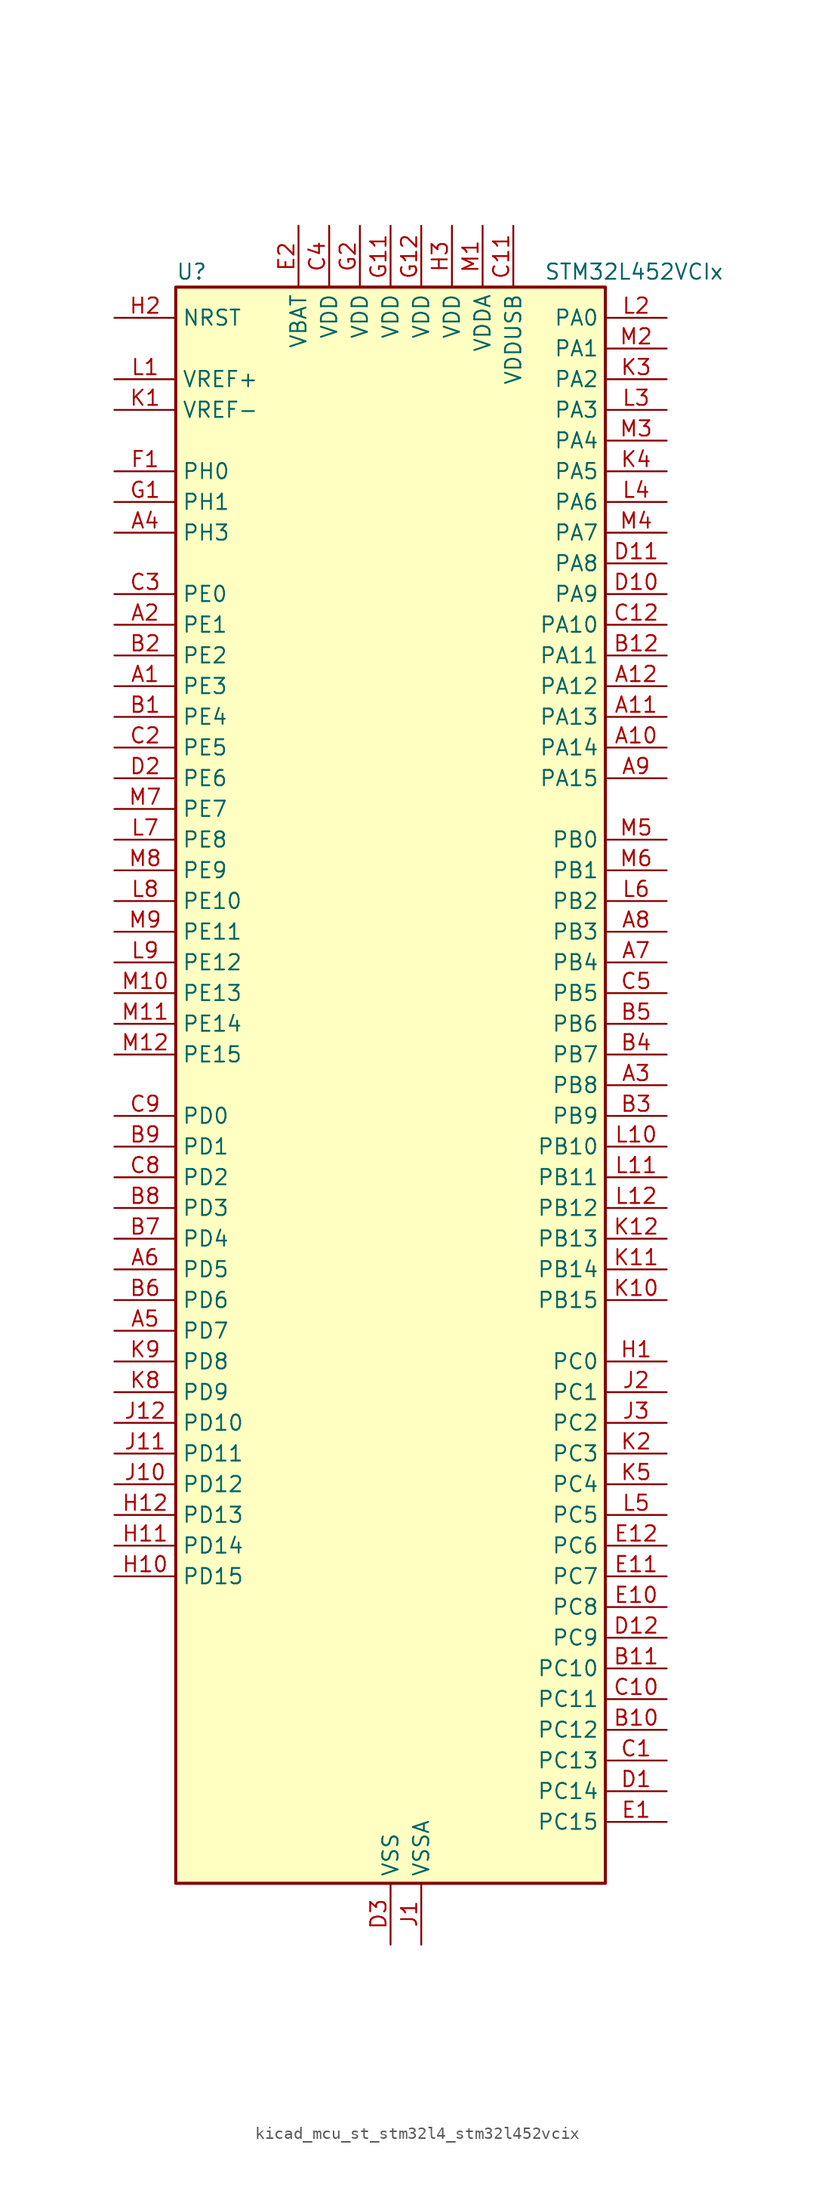
<source format=kicad_sym>
(kicad_symbol_lib
  (version 20220914)
  (generator kicad_symbol_editor)
  (symbol "kicad_mcu_st_stm32l4_stm32l452vcix"
    (property "Reference" "U"
      (at -17.78 67.31 0)
      (effects (font (size 1.27 1.27)) (justify left)))
    (property "Value" "STM32L452VCIx"
      (at 12.7 67.31 0)
      (effects (font (size 1.27 1.27)) (justify left)))
    (property "ki_locked" ""
      (at 0 0 0)
      (effects (font (size 1.27 1.27))))
    (symbol "kicad_mcu_st_stm32l4_stm32l452vcix_0_1"
      (rectangle (start -17.78 -66.04) (end 17.78 66.04) (stroke (width 0.254) (type default)) (fill (type background))))
    (symbol "kicad_mcu_st_stm32l4_stm32l452vcix_1_1"
      (pin bidirectional line (at -22.86 33.02 0) (length 5.08) (name "PE3" (effects (font (size 1.27 1.27)))) (number "A1" (effects (font (size 1.27 1.27)))) (alternate "SAI1_SD_B" bidirectional line) (alternate "SYS_TRACED0" bidirectional line) (alternate "TIM3_CH1" bidirectional line) (alternate "TSC_G7_IO2" bidirectional line))
      (pin bidirectional line (at 22.86 27.94 180) (length 5.08) (name "PA14" (effects (font (size 1.27 1.27)))) (number "A10" (effects (font (size 1.27 1.27)))) (alternate "I2C1_SMBA" bidirectional line) (alternate "I2C4_SMBA" bidirectional line) (alternate "LPTIM1_OUT" bidirectional line) (alternate "SAI1_FS_B" bidirectional line) (alternate "SYS_JTCK-SWCLK" bidirectional line))
      (pin bidirectional line (at 22.86 30.48 180) (length 5.08) (name "PA13" (effects (font (size 1.27 1.27)))) (number "A11" (effects (font (size 1.27 1.27)))) (alternate "IR_OUT" bidirectional line) (alternate "SAI1_SD_B" bidirectional line) (alternate "SYS_JTMS-SWDIO" bidirectional line) (alternate "USB_NOE" bidirectional line))
      (pin bidirectional line (at 22.86 33.02 180) (length 5.08) (name "PA12" (effects (font (size 1.27 1.27)))) (number "A12" (effects (font (size 1.27 1.27)))) (alternate "CAN1_TX" bidirectional line) (alternate "SPI1_MOSI" bidirectional line) (alternate "TIM1_ETR" bidirectional line) (alternate "USART1_DE" bidirectional line) (alternate "USART1_RTS" bidirectional line) (alternate "USB_DP" bidirectional line))
      (pin bidirectional line (at -22.86 38.1 0) (length 5.08) (name "PE1" (effects (font (size 1.27 1.27)))) (number "A2" (effects (font (size 1.27 1.27)))))
      (pin bidirectional line (at 22.86 0 180) (length 5.08) (name "PB8" (effects (font (size 1.27 1.27)))) (number "A3" (effects (font (size 1.27 1.27)))) (alternate "CAN1_RX" bidirectional line) (alternate "I2C1_SCL" bidirectional line) (alternate "SAI1_MCLK_A" bidirectional line) (alternate "SDMMC1_D4" bidirectional line) (alternate "TIM16_CH1" bidirectional line))
      (pin bidirectional line (at -22.86 45.72 0) (length 5.08) (name "PH3" (effects (font (size 1.27 1.27)))) (number "A4" (effects (font (size 1.27 1.27)))))
      (pin bidirectional line (at -22.86 -20.32 0) (length 5.08) (name "PD7" (effects (font (size 1.27 1.27)))) (number "A5" (effects (font (size 1.27 1.27)))) (alternate "DFSDM1_CKIN1" bidirectional line) (alternate "QUADSPI_BK2_IO3" bidirectional line) (alternate "USART2_CK" bidirectional line))
      (pin bidirectional line (at -22.86 -15.24 0) (length 5.08) (name "PD5" (effects (font (size 1.27 1.27)))) (number "A6" (effects (font (size 1.27 1.27)))) (alternate "QUADSPI_BK2_IO1" bidirectional line) (alternate "USART2_TX" bidirectional line))
      (pin bidirectional line (at 22.86 10.16 180) (length 5.08) (name "PB4" (effects (font (size 1.27 1.27)))) (number "A7" (effects (font (size 1.27 1.27)))) (alternate "COMP2_INP" bidirectional line) (alternate "I2C3_SDA" bidirectional line) (alternate "SAI1_MCLK_B" bidirectional line) (alternate "SPI1_MISO" bidirectional line) (alternate "SPI3_MISO" bidirectional line) (alternate "SYS_JTRST" bidirectional line) (alternate "TIM3_CH1" bidirectional line) (alternate "TSC_G2_IO1" bidirectional line) (alternate "USART1_CTS" bidirectional line))
      (pin bidirectional line (at 22.86 12.7 180) (length 5.08) (name "PB3" (effects (font (size 1.27 1.27)))) (number "A8" (effects (font (size 1.27 1.27)))) (alternate "COMP2_INM" bidirectional line) (alternate "SAI1_SCK_B" bidirectional line) (alternate "SPI1_SCK" bidirectional line) (alternate "SPI3_SCK" bidirectional line) (alternate "SYS_JTDO-SWO" bidirectional line) (alternate "TIM2_CH2" bidirectional line) (alternate "USART1_DE" bidirectional line) (alternate "USART1_RTS" bidirectional line))
      (pin bidirectional line (at 22.86 25.4 180) (length 5.08) (name "PA15" (effects (font (size 1.27 1.27)))) (number "A9" (effects (font (size 1.27 1.27)))) (alternate "ADC1_EXTI15" bidirectional line) (alternate "SPI1_NSS" bidirectional line) (alternate "SPI3_NSS" bidirectional line) (alternate "SYS_JTDI" bidirectional line) (alternate "TIM2_CH1" bidirectional line) (alternate "TIM2_ETR" bidirectional line) (alternate "TSC_G3_IO1" bidirectional line) (alternate "UART4_DE" bidirectional line) (alternate "UART4_RTS" bidirectional line) (alternate "USART2_RX" bidirectional line) (alternate "USART3_DE" bidirectional line) (alternate "USART3_RTS" bidirectional line))
      (pin bidirectional line (at -22.86 30.48 0) (length 5.08) (name "PE4" (effects (font (size 1.27 1.27)))) (number "B1" (effects (font (size 1.27 1.27)))) (alternate "DFSDM1_DATIN3" bidirectional line) (alternate "SAI1_FS_A" bidirectional line) (alternate "SYS_TRACED1" bidirectional line) (alternate "TIM3_CH2" bidirectional line) (alternate "TSC_G7_IO3" bidirectional line))
      (pin bidirectional line (at 22.86 -53.34 180) (length 5.08) (name "PC12" (effects (font (size 1.27 1.27)))) (number "B10" (effects (font (size 1.27 1.27)))) (alternate "SDMMC1_CK" bidirectional line) (alternate "SPI3_MOSI" bidirectional line) (alternate "SYS_TRACED3" bidirectional line) (alternate "TSC_G3_IO4" bidirectional line) (alternate "USART3_CK" bidirectional line))
      (pin bidirectional line (at 22.86 -48.26 180) (length 5.08) (name "PC10" (effects (font (size 1.27 1.27)))) (number "B11" (effects (font (size 1.27 1.27)))) (alternate "SDMMC1_D2" bidirectional line) (alternate "SPI3_SCK" bidirectional line) (alternate "SYS_TRACED1" bidirectional line) (alternate "TSC_G3_IO2" bidirectional line) (alternate "UART4_TX" bidirectional line) (alternate "USART3_TX" bidirectional line))
      (pin bidirectional line (at 22.86 35.56 180) (length 5.08) (name "PA11" (effects (font (size 1.27 1.27)))) (number "B12" (effects (font (size 1.27 1.27)))) (alternate "ADC1_EXTI11" bidirectional line) (alternate "CAN1_RX" bidirectional line) (alternate "COMP1_OUT" bidirectional line) (alternate "SPI1_MISO" bidirectional line) (alternate "TIM1_BKIN2" bidirectional line) (alternate "TIM1_BKIN2_COMP1" bidirectional line) (alternate "TIM1_CH4" bidirectional line) (alternate "USART1_CTS" bidirectional line) (alternate "USB_DM" bidirectional line))
      (pin bidirectional line (at -22.86 35.56 0) (length 5.08) (name "PE2" (effects (font (size 1.27 1.27)))) (number "B2" (effects (font (size 1.27 1.27)))) (alternate "SAI1_MCLK_A" bidirectional line) (alternate "SYS_TRACECLK" bidirectional line) (alternate "TIM3_ETR" bidirectional line) (alternate "TSC_G7_IO1" bidirectional line))
      (pin bidirectional line (at 22.86 -2.54 180) (length 5.08) (name "PB9" (effects (font (size 1.27 1.27)))) (number "B3" (effects (font (size 1.27 1.27)))) (alternate "CAN1_TX" bidirectional line) (alternate "DAC1_EXTI9" bidirectional line) (alternate "I2C1_SDA" bidirectional line) (alternate "IR_OUT" bidirectional line) (alternate "SAI1_FS_A" bidirectional line) (alternate "SDMMC1_D5" bidirectional line) (alternate "SPI2_NSS" bidirectional line))
      (pin bidirectional line (at 22.86 2.54 180) (length 5.08) (name "PB7" (effects (font (size 1.27 1.27)))) (number "B4" (effects (font (size 1.27 1.27)))) (alternate "COMP2_INM" bidirectional line) (alternate "I2C1_SDA" bidirectional line) (alternate "I2C4_SDA" bidirectional line) (alternate "LPTIM1_IN2" bidirectional line) (alternate "SYS_PVD_IN" bidirectional line) (alternate "TSC_G2_IO4" bidirectional line) (alternate "UART4_CTS" bidirectional line) (alternate "USART1_RX" bidirectional line))
      (pin bidirectional line (at 22.86 5.08 180) (length 5.08) (name "PB6" (effects (font (size 1.27 1.27)))) (number "B5" (effects (font (size 1.27 1.27)))) (alternate "CAN1_TX" bidirectional line) (alternate "COMP2_INP" bidirectional line) (alternate "I2C1_SCL" bidirectional line) (alternate "I2C4_SCL" bidirectional line) (alternate "LPTIM1_ETR" bidirectional line) (alternate "SAI1_FS_B" bidirectional line) (alternate "TIM16_CH1N" bidirectional line) (alternate "TSC_G2_IO3" bidirectional line) (alternate "USART1_TX" bidirectional line))
      (pin bidirectional line (at -22.86 -17.78 0) (length 5.08) (name "PD6" (effects (font (size 1.27 1.27)))) (number "B6" (effects (font (size 1.27 1.27)))) (alternate "DFSDM1_DATIN1" bidirectional line) (alternate "QUADSPI_BK2_IO2" bidirectional line) (alternate "SAI1_SD_A" bidirectional line) (alternate "USART2_RX" bidirectional line))
      (pin bidirectional line (at -22.86 -12.7 0) (length 5.08) (name "PD4" (effects (font (size 1.27 1.27)))) (number "B7" (effects (font (size 1.27 1.27)))) (alternate "DFSDM1_CKIN0" bidirectional line) (alternate "QUADSPI_BK2_IO0" bidirectional line) (alternate "SPI2_MOSI" bidirectional line) (alternate "USART2_DE" bidirectional line) (alternate "USART2_RTS" bidirectional line))
      (pin bidirectional line (at -22.86 -10.16 0) (length 5.08) (name "PD3" (effects (font (size 1.27 1.27)))) (number "B8" (effects (font (size 1.27 1.27)))) (alternate "DFSDM1_DATIN0" bidirectional line) (alternate "QUADSPI_BK2_NCS" bidirectional line) (alternate "SPI2_MISO" bidirectional line) (alternate "USART2_CTS" bidirectional line))
      (pin bidirectional line (at -22.86 -5.08 0) (length 5.08) (name "PD1" (effects (font (size 1.27 1.27)))) (number "B9" (effects (font (size 1.27 1.27)))) (alternate "CAN1_TX" bidirectional line) (alternate "SPI2_SCK" bidirectional line))
      (pin bidirectional line (at 22.86 -55.88 180) (length 5.08) (name "PC13" (effects (font (size 1.27 1.27)))) (number "C1" (effects (font (size 1.27 1.27)))) (alternate "RTC_OUT_ALARM" bidirectional line) (alternate "RTC_OUT_CALIB" bidirectional line) (alternate "RTC_TAMP1" bidirectional line) (alternate "RTC_TS" bidirectional line) (alternate "SYS_WKUP2" bidirectional line))
      (pin bidirectional line (at 22.86 -50.8 180) (length 5.08) (name "PC11" (effects (font (size 1.27 1.27)))) (number "C10" (effects (font (size 1.27 1.27)))) (alternate "ADC1_EXTI11" bidirectional line) (alternate "SDMMC1_D3" bidirectional line) (alternate "SPI3_MISO" bidirectional line) (alternate "TSC_G3_IO3" bidirectional line) (alternate "UART4_RX" bidirectional line) (alternate "USART3_RX" bidirectional line))
      (pin power_in line (at 10.16 71.12 270) (length 5.08) (name "VDDUSB" (effects (font (size 1.27 1.27)))) (number "C11" (effects (font (size 1.27 1.27)))))
      (pin bidirectional line (at 22.86 38.1 180) (length 5.08) (name "PA10" (effects (font (size 1.27 1.27)))) (number "C12" (effects (font (size 1.27 1.27)))) (alternate "CRS_SYNC" bidirectional line) (alternate "I2C1_SDA" bidirectional line) (alternate "SAI1_SD_A" bidirectional line) (alternate "TIM1_CH3" bidirectional line) (alternate "USART1_RX" bidirectional line))
      (pin bidirectional line (at -22.86 27.94 0) (length 5.08) (name "PE5" (effects (font (size 1.27 1.27)))) (number "C2" (effects (font (size 1.27 1.27)))) (alternate "DFSDM1_CKIN3" bidirectional line) (alternate "SAI1_SCK_A" bidirectional line) (alternate "SYS_TRACED2" bidirectional line) (alternate "TIM3_CH3" bidirectional line) (alternate "TSC_G7_IO4" bidirectional line))
      (pin bidirectional line (at -22.86 40.64 0) (length 5.08) (name "PE0" (effects (font (size 1.27 1.27)))) (number "C3" (effects (font (size 1.27 1.27)))) (alternate "TIM16_CH1" bidirectional line))
      (pin power_in line (at -5.08 71.12 270) (length 5.08) (name "VDD" (effects (font (size 1.27 1.27)))) (number "C4" (effects (font (size 1.27 1.27)))))
      (pin bidirectional line (at 22.86 7.62 180) (length 5.08) (name "PB5" (effects (font (size 1.27 1.27)))) (number "C5" (effects (font (size 1.27 1.27)))) (alternate "CAN1_RX" bidirectional line) (alternate "COMP2_OUT" bidirectional line) (alternate "I2C1_SMBA" bidirectional line) (alternate "LPTIM1_IN1" bidirectional line) (alternate "SAI1_SD_B" bidirectional line) (alternate "SPI1_MOSI" bidirectional line) (alternate "SPI3_MOSI" bidirectional line) (alternate "TIM16_BKIN" bidirectional line) (alternate "TIM3_CH2" bidirectional line) (alternate "TSC_G2_IO2" bidirectional line) (alternate "USART1_CK" bidirectional line))
      (pin bidirectional line (at -22.86 -7.62 0) (length 5.08) (name "PD2" (effects (font (size 1.27 1.27)))) (number "C8" (effects (font (size 1.27 1.27)))) (alternate "SDMMC1_CMD" bidirectional line) (alternate "SYS_TRACED2" bidirectional line) (alternate "TIM3_ETR" bidirectional line) (alternate "TSC_SYNC" bidirectional line) (alternate "USART3_DE" bidirectional line) (alternate "USART3_RTS" bidirectional line))
      (pin bidirectional line (at -22.86 -2.54 0) (length 5.08) (name "PD0" (effects (font (size 1.27 1.27)))) (number "C9" (effects (font (size 1.27 1.27)))) (alternate "CAN1_RX" bidirectional line) (alternate "SPI2_NSS" bidirectional line))
      (pin bidirectional line (at 22.86 -58.42 180) (length 5.08) (name "PC14" (effects (font (size 1.27 1.27)))) (number "D1" (effects (font (size 1.27 1.27)))) (alternate "RCC_OSC32_IN" bidirectional line))
      (pin bidirectional line (at 22.86 40.64 180) (length 5.08) (name "PA9" (effects (font (size 1.27 1.27)))) (number "D10" (effects (font (size 1.27 1.27)))) (alternate "DAC1_EXTI9" bidirectional line) (alternate "DFSDM1_DATIN1" bidirectional line) (alternate "I2C1_SCL" bidirectional line) (alternate "SAI1_FS_A" bidirectional line) (alternate "TIM15_BKIN" bidirectional line) (alternate "TIM1_CH2" bidirectional line) (alternate "USART1_TX" bidirectional line))
      (pin bidirectional line (at 22.86 43.18 180) (length 5.08) (name "PA8" (effects (font (size 1.27 1.27)))) (number "D11" (effects (font (size 1.27 1.27)))) (alternate "DFSDM1_CKIN1" bidirectional line) (alternate "LPTIM2_OUT" bidirectional line) (alternate "RCC_MCO" bidirectional line) (alternate "SAI1_SCK_A" bidirectional line) (alternate "TIM1_CH1" bidirectional line) (alternate "USART1_CK" bidirectional line))
      (pin bidirectional line (at 22.86 -45.72 180) (length 5.08) (name "PC9" (effects (font (size 1.27 1.27)))) (number "D12" (effects (font (size 1.27 1.27)))) (alternate "DAC1_EXTI9" bidirectional line) (alternate "SDMMC1_D1" bidirectional line) (alternate "TIM3_CH4" bidirectional line) (alternate "TSC_G4_IO4" bidirectional line) (alternate "USB_NOE" bidirectional line))
      (pin bidirectional line (at -22.86 25.4 0) (length 5.08) (name "PE6" (effects (font (size 1.27 1.27)))) (number "D2" (effects (font (size 1.27 1.27)))) (alternate "RTC_TAMP3" bidirectional line) (alternate "SAI1_SD_A" bidirectional line) (alternate "SYS_TRACED3" bidirectional line) (alternate "SYS_WKUP3" bidirectional line) (alternate "TIM3_CH4" bidirectional line))
      (pin power_in line (at 0 -71.12 90) (length 5.08) (name "VSS" (effects (font (size 1.27 1.27)))) (number "D3" (effects (font (size 1.27 1.27)))))
      (pin bidirectional line (at 22.86 -60.96 180) (length 5.08) (name "PC15" (effects (font (size 1.27 1.27)))) (number "E1" (effects (font (size 1.27 1.27)))) (alternate "ADC1_EXTI15" bidirectional line) (alternate "RCC_OSC32_OUT" bidirectional line))
      (pin bidirectional line (at 22.86 -43.18 180) (length 5.08) (name "PC8" (effects (font (size 1.27 1.27)))) (number "E10" (effects (font (size 1.27 1.27)))) (alternate "SDMMC1_D0" bidirectional line) (alternate "TIM3_CH3" bidirectional line) (alternate "TSC_G4_IO3" bidirectional line))
      (pin bidirectional line (at 22.86 -40.64 180) (length 5.08) (name "PC7" (effects (font (size 1.27 1.27)))) (number "E11" (effects (font (size 1.27 1.27)))) (alternate "DFSDM1_DATIN3" bidirectional line) (alternate "SDMMC1_D7" bidirectional line) (alternate "TIM3_CH2" bidirectional line) (alternate "TSC_G4_IO2" bidirectional line))
      (pin bidirectional line (at 22.86 -38.1 180) (length 5.08) (name "PC6" (effects (font (size 1.27 1.27)))) (number "E12" (effects (font (size 1.27 1.27)))) (alternate "DFSDM1_CKIN3" bidirectional line) (alternate "SDMMC1_D6" bidirectional line) (alternate "TIM3_CH1" bidirectional line) (alternate "TSC_G4_IO1" bidirectional line))
      (pin power_in line (at -7.62 71.12 270) (length 5.08) (name "VBAT" (effects (font (size 1.27 1.27)))) (number "E2" (effects (font (size 1.27 1.27)))))
      (pin passive line (at 0 -71.12 90) (length 5.08) hide (name "VSS" (effects (font (size 1.27 1.27)))) (number "E3" (effects (font (size 1.27 1.27)))))
      (pin bidirectional line (at -22.86 50.8 0) (length 5.08) (name "PH0" (effects (font (size 1.27 1.27)))) (number "F1" (effects (font (size 1.27 1.27)))) (alternate "RCC_OSC_IN" bidirectional line))
      (pin passive line (at 0 -71.12 90) (length 5.08) hide (name "VSS" (effects (font (size 1.27 1.27)))) (number "F11" (effects (font (size 1.27 1.27)))))
      (pin passive line (at 0 -71.12 90) (length 5.08) hide (name "VSS" (effects (font (size 1.27 1.27)))) (number "F12" (effects (font (size 1.27 1.27)))))
      (pin passive line (at 0 -71.12 90) (length 5.08) hide (name "VSS" (effects (font (size 1.27 1.27)))) (number "F2" (effects (font (size 1.27 1.27)))))
      (pin bidirectional line (at -22.86 48.26 0) (length 5.08) (name "PH1" (effects (font (size 1.27 1.27)))) (number "G1" (effects (font (size 1.27 1.27)))) (alternate "RCC_OSC_OUT" bidirectional line))
      (pin power_in line (at 0 71.12 270) (length 5.08) (name "VDD" (effects (font (size 1.27 1.27)))) (number "G11" (effects (font (size 1.27 1.27)))))
      (pin power_in line (at 2.54 71.12 270) (length 5.08) (name "VDD" (effects (font (size 1.27 1.27)))) (number "G12" (effects (font (size 1.27 1.27)))))
      (pin power_in line (at -2.54 71.12 270) (length 5.08) (name "VDD" (effects (font (size 1.27 1.27)))) (number "G2" (effects (font (size 1.27 1.27)))))
      (pin bidirectional line (at 22.86 -22.86 180) (length 5.08) (name "PC0" (effects (font (size 1.27 1.27)))) (number "H1" (effects (font (size 1.27 1.27)))) (alternate "ADC1_IN1" bidirectional line) (alternate "I2C3_SCL" bidirectional line) (alternate "I2C4_SCL" bidirectional line) (alternate "LPTIM1_IN1" bidirectional line) (alternate "LPTIM2_IN1" bidirectional line) (alternate "LPUART1_RX" bidirectional line))
      (pin bidirectional line (at -22.86 -40.64 0) (length 5.08) (name "PD15" (effects (font (size 1.27 1.27)))) (number "H10" (effects (font (size 1.27 1.27)))) (alternate "ADC1_EXTI15" bidirectional line))
      (pin bidirectional line (at -22.86 -38.1 0) (length 5.08) (name "PD14" (effects (font (size 1.27 1.27)))) (number "H11" (effects (font (size 1.27 1.27)))))
      (pin bidirectional line (at -22.86 -35.56 0) (length 5.08) (name "PD13" (effects (font (size 1.27 1.27)))) (number "H12" (effects (font (size 1.27 1.27)))) (alternate "I2C4_SDA" bidirectional line) (alternate "LPTIM2_OUT" bidirectional line) (alternate "TSC_G6_IO4" bidirectional line))
      (pin input line (at -22.86 63.5 0) (length 5.08) (name "NRST" (effects (font (size 1.27 1.27)))) (number "H2" (effects (font (size 1.27 1.27)))))
      (pin power_in line (at 5.08 71.12 270) (length 5.08) (name "VDD" (effects (font (size 1.27 1.27)))) (number "H3" (effects (font (size 1.27 1.27)))))
      (pin power_in line (at 2.54 -71.12 90) (length 5.08) (name "VSSA" (effects (font (size 1.27 1.27)))) (number "J1" (effects (font (size 1.27 1.27)))))
      (pin bidirectional line (at -22.86 -33.02 0) (length 5.08) (name "PD12" (effects (font (size 1.27 1.27)))) (number "J10" (effects (font (size 1.27 1.27)))) (alternate "I2C4_SCL" bidirectional line) (alternate "LPTIM2_IN1" bidirectional line) (alternate "TSC_G6_IO3" bidirectional line) (alternate "USART3_DE" bidirectional line) (alternate "USART3_RTS" bidirectional line))
      (pin bidirectional line (at -22.86 -30.48 0) (length 5.08) (name "PD11" (effects (font (size 1.27 1.27)))) (number "J11" (effects (font (size 1.27 1.27)))) (alternate "ADC1_EXTI11" bidirectional line) (alternate "I2C4_SMBA" bidirectional line) (alternate "LPTIM2_ETR" bidirectional line) (alternate "TSC_G6_IO2" bidirectional line) (alternate "USART3_CTS" bidirectional line))
      (pin bidirectional line (at -22.86 -27.94 0) (length 5.08) (name "PD10" (effects (font (size 1.27 1.27)))) (number "J12" (effects (font (size 1.27 1.27)))) (alternate "TSC_G6_IO1" bidirectional line) (alternate "USART3_CK" bidirectional line))
      (pin bidirectional line (at 22.86 -25.4 180) (length 5.08) (name "PC1" (effects (font (size 1.27 1.27)))) (number "J2" (effects (font (size 1.27 1.27)))) (alternate "ADC1_IN2" bidirectional line) (alternate "I2C3_SDA" bidirectional line) (alternate "I2C4_SDA" bidirectional line) (alternate "LPTIM1_OUT" bidirectional line) (alternate "LPUART1_TX" bidirectional line) (alternate "SYS_TRACED0" bidirectional line))
      (pin bidirectional line (at 22.86 -27.94 180) (length 5.08) (name "PC2" (effects (font (size 1.27 1.27)))) (number "J3" (effects (font (size 1.27 1.27)))) (alternate "ADC1_IN3" bidirectional line) (alternate "DFSDM1_CKOUT" bidirectional line) (alternate "LPTIM1_IN2" bidirectional line) (alternate "SPI2_MISO" bidirectional line))
      (pin input line (at -22.86 55.88 0) (length 5.08) (name "VREF-" (effects (font (size 1.27 1.27)))) (number "K1" (effects (font (size 1.27 1.27)))))
      (pin bidirectional line (at 22.86 -17.78 180) (length 5.08) (name "PB15" (effects (font (size 1.27 1.27)))) (number "K10" (effects (font (size 1.27 1.27)))) (alternate "ADC1_EXTI15" bidirectional line) (alternate "DFSDM1_CKIN2" bidirectional line) (alternate "RTC_REFIN" bidirectional line) (alternate "SAI1_SD_A" bidirectional line) (alternate "SPI2_MOSI" bidirectional line) (alternate "TIM15_CH2" bidirectional line) (alternate "TIM1_CH3N" bidirectional line) (alternate "TSC_G1_IO4" bidirectional line))
      (pin bidirectional line (at 22.86 -15.24 180) (length 5.08) (name "PB14" (effects (font (size 1.27 1.27)))) (number "K11" (effects (font (size 1.27 1.27)))) (alternate "DFSDM1_DATIN2" bidirectional line) (alternate "I2C2_SDA" bidirectional line) (alternate "SAI1_MCLK_A" bidirectional line) (alternate "SPI2_MISO" bidirectional line) (alternate "TIM15_CH1" bidirectional line) (alternate "TIM1_CH2N" bidirectional line) (alternate "TSC_G1_IO3" bidirectional line) (alternate "USART3_DE" bidirectional line) (alternate "USART3_RTS" bidirectional line))
      (pin bidirectional line (at 22.86 -12.7 180) (length 5.08) (name "PB13" (effects (font (size 1.27 1.27)))) (number "K12" (effects (font (size 1.27 1.27)))) (alternate "CAN1_TX" bidirectional line) (alternate "DFSDM1_CKIN1" bidirectional line) (alternate "I2C2_SCL" bidirectional line) (alternate "LPUART1_CTS" bidirectional line) (alternate "SAI1_SCK_A" bidirectional line) (alternate "SPI2_SCK" bidirectional line) (alternate "TIM15_CH1N" bidirectional line) (alternate "TIM1_CH1N" bidirectional line) (alternate "TSC_G1_IO2" bidirectional line) (alternate "USART3_CTS" bidirectional line))
      (pin bidirectional line (at 22.86 -30.48 180) (length 5.08) (name "PC3" (effects (font (size 1.27 1.27)))) (number "K2" (effects (font (size 1.27 1.27)))) (alternate "ADC1_IN4" bidirectional line) (alternate "LPTIM1_ETR" bidirectional line) (alternate "LPTIM2_ETR" bidirectional line) (alternate "SAI1_SD_A" bidirectional line) (alternate "SPI2_MOSI" bidirectional line))
      (pin bidirectional line (at 22.86 58.42 180) (length 5.08) (name "PA2" (effects (font (size 1.27 1.27)))) (number "K3" (effects (font (size 1.27 1.27)))) (alternate "ADC1_IN7" bidirectional line) (alternate "COMP2_INM" bidirectional line) (alternate "COMP2_OUT" bidirectional line) (alternate "LPUART1_TX" bidirectional line) (alternate "QUADSPI_BK1_NCS" bidirectional line) (alternate "RCC_LSCO" bidirectional line) (alternate "SYS_WKUP4" bidirectional line) (alternate "TIM15_CH1" bidirectional line) (alternate "TIM2_CH3" bidirectional line) (alternate "USART2_TX" bidirectional line))
      (pin bidirectional line (at 22.86 50.8 180) (length 5.08) (name "PA5" (effects (font (size 1.27 1.27)))) (number "K4" (effects (font (size 1.27 1.27)))) (alternate "ADC1_IN10" bidirectional line) (alternate "COMP1_INM" bidirectional line) (alternate "COMP2_INM" bidirectional line) (alternate "DFSDM1_CKOUT" bidirectional line) (alternate "LPTIM2_ETR" bidirectional line) (alternate "SPI1_SCK" bidirectional line) (alternate "TIM2_CH1" bidirectional line) (alternate "TIM2_ETR" bidirectional line))
      (pin bidirectional line (at 22.86 -33.02 180) (length 5.08) (name "PC4" (effects (font (size 1.27 1.27)))) (number "K5" (effects (font (size 1.27 1.27)))) (alternate "ADC1_IN13" bidirectional line) (alternate "COMP1_INM" bidirectional line) (alternate "USART3_TX" bidirectional line))
      (pin bidirectional line (at -22.86 -25.4 0) (length 5.08) (name "PD9" (effects (font (size 1.27 1.27)))) (number "K8" (effects (font (size 1.27 1.27)))) (alternate "DAC1_EXTI9" bidirectional line) (alternate "USART3_RX" bidirectional line))
      (pin bidirectional line (at -22.86 -22.86 0) (length 5.08) (name "PD8" (effects (font (size 1.27 1.27)))) (number "K9" (effects (font (size 1.27 1.27)))) (alternate "USART3_TX" bidirectional line))
      (pin input line (at -22.86 58.42 0) (length 5.08) (name "VREF+" (effects (font (size 1.27 1.27)))) (number "L1" (effects (font (size 1.27 1.27)))) (alternate "VREFBUF_OUT" bidirectional line))
      (pin bidirectional line (at 22.86 -5.08 180) (length 5.08) (name "PB10" (effects (font (size 1.27 1.27)))) (number "L10" (effects (font (size 1.27 1.27)))) (alternate "COMP1_OUT" bidirectional line) (alternate "I2C2_SCL" bidirectional line) (alternate "I2C4_SCL" bidirectional line) (alternate "LPUART1_RX" bidirectional line) (alternate "QUADSPI_CLK" bidirectional line) (alternate "SAI1_SCK_A" bidirectional line) (alternate "SPI2_SCK" bidirectional line) (alternate "TIM2_CH3" bidirectional line) (alternate "TSC_SYNC" bidirectional line) (alternate "USART3_TX" bidirectional line))
      (pin bidirectional line (at 22.86 -7.62 180) (length 5.08) (name "PB11" (effects (font (size 1.27 1.27)))) (number "L11" (effects (font (size 1.27 1.27)))) (alternate "ADC1_EXTI11" bidirectional line) (alternate "COMP2_OUT" bidirectional line) (alternate "I2C2_SDA" bidirectional line) (alternate "I2C4_SDA" bidirectional line) (alternate "LPUART1_TX" bidirectional line) (alternate "QUADSPI_BK1_NCS" bidirectional line) (alternate "TIM2_CH4" bidirectional line) (alternate "USART3_RX" bidirectional line))
      (pin bidirectional line (at 22.86 -10.16 180) (length 5.08) (name "PB12" (effects (font (size 1.27 1.27)))) (number "L12" (effects (font (size 1.27 1.27)))) (alternate "CAN1_RX" bidirectional line) (alternate "DFSDM1_DATIN1" bidirectional line) (alternate "I2C2_SMBA" bidirectional line) (alternate "LPUART1_DE" bidirectional line) (alternate "LPUART1_RTS" bidirectional line) (alternate "SAI1_FS_A" bidirectional line) (alternate "SPI2_NSS" bidirectional line) (alternate "TIM15_BKIN" bidirectional line) (alternate "TIM1_BKIN" bidirectional line) (alternate "TIM1_BKIN_COMP2" bidirectional line) (alternate "TSC_G1_IO1" bidirectional line) (alternate "USART3_CK" bidirectional line))
      (pin bidirectional line (at 22.86 63.5 180) (length 5.08) (name "PA0" (effects (font (size 1.27 1.27)))) (number "L2" (effects (font (size 1.27 1.27)))) (alternate "ADC1_IN5" bidirectional line) (alternate "COMP1_INM" bidirectional line) (alternate "COMP1_OUT" bidirectional line) (alternate "OPAMP1_VINP" bidirectional line) (alternate "RTC_TAMP2" bidirectional line) (alternate "SAI1_EXTCLK" bidirectional line) (alternate "SYS_WKUP1" bidirectional line) (alternate "TIM2_CH1" bidirectional line) (alternate "TIM2_ETR" bidirectional line) (alternate "UART4_TX" bidirectional line) (alternate "USART2_CTS" bidirectional line))
      (pin bidirectional line (at 22.86 55.88 180) (length 5.08) (name "PA3" (effects (font (size 1.27 1.27)))) (number "L3" (effects (font (size 1.27 1.27)))) (alternate "ADC1_IN8" bidirectional line) (alternate "COMP2_INP" bidirectional line) (alternate "LPUART1_RX" bidirectional line) (alternate "OPAMP1_VOUT" bidirectional line) (alternate "QUADSPI_CLK" bidirectional line) (alternate "SAI1_MCLK_A" bidirectional line) (alternate "TIM15_CH2" bidirectional line) (alternate "TIM2_CH4" bidirectional line) (alternate "USART2_RX" bidirectional line))
      (pin bidirectional line (at 22.86 48.26 180) (length 5.08) (name "PA6" (effects (font (size 1.27 1.27)))) (number "L4" (effects (font (size 1.27 1.27)))) (alternate "ADC1_IN11" bidirectional line) (alternate "COMP1_OUT" bidirectional line) (alternate "LPUART1_CTS" bidirectional line) (alternate "QUADSPI_BK1_IO3" bidirectional line) (alternate "SPI1_MISO" bidirectional line) (alternate "TIM16_CH1" bidirectional line) (alternate "TIM1_BKIN" bidirectional line) (alternate "TIM1_BKIN_COMP2" bidirectional line) (alternate "TIM3_CH1" bidirectional line) (alternate "USART3_CTS" bidirectional line))
      (pin bidirectional line (at 22.86 -35.56 180) (length 5.08) (name "PC5" (effects (font (size 1.27 1.27)))) (number "L5" (effects (font (size 1.27 1.27)))) (alternate "ADC1_IN14" bidirectional line) (alternate "COMP1_INP" bidirectional line) (alternate "SYS_WKUP5" bidirectional line) (alternate "USART3_RX" bidirectional line))
      (pin bidirectional line (at 22.86 15.24 180) (length 5.08) (name "PB2" (effects (font (size 1.27 1.27)))) (number "L6" (effects (font (size 1.27 1.27)))) (alternate "COMP1_INP" bidirectional line) (alternate "DFSDM1_CKIN0" bidirectional line) (alternate "I2C3_SMBA" bidirectional line) (alternate "LPTIM1_OUT" bidirectional line) (alternate "RTC_OUT_ALARM" bidirectional line) (alternate "RTC_OUT_CALIB" bidirectional line))
      (pin bidirectional line (at -22.86 20.32 0) (length 5.08) (name "PE8" (effects (font (size 1.27 1.27)))) (number "L7" (effects (font (size 1.27 1.27)))) (alternate "DFSDM1_CKIN2" bidirectional line) (alternate "SAI1_SCK_B" bidirectional line) (alternate "TIM1_CH1N" bidirectional line))
      (pin bidirectional line (at -22.86 15.24 0) (length 5.08) (name "PE10" (effects (font (size 1.27 1.27)))) (number "L8" (effects (font (size 1.27 1.27)))) (alternate "QUADSPI_CLK" bidirectional line) (alternate "SAI1_MCLK_B" bidirectional line) (alternate "TIM1_CH2N" bidirectional line) (alternate "TSC_G5_IO1" bidirectional line))
      (pin bidirectional line (at -22.86 10.16 0) (length 5.08) (name "PE12" (effects (font (size 1.27 1.27)))) (number "L9" (effects (font (size 1.27 1.27)))) (alternate "QUADSPI_BK1_IO0" bidirectional line) (alternate "SPI1_NSS" bidirectional line) (alternate "TIM1_CH3N" bidirectional line) (alternate "TSC_G5_IO3" bidirectional line))
      (pin power_in line (at 7.62 71.12 270) (length 5.08) (name "VDDA" (effects (font (size 1.27 1.27)))) (number "M1" (effects (font (size 1.27 1.27)))))
      (pin bidirectional line (at -22.86 7.62 0) (length 5.08) (name "PE13" (effects (font (size 1.27 1.27)))) (number "M10" (effects (font (size 1.27 1.27)))) (alternate "QUADSPI_BK1_IO1" bidirectional line) (alternate "SPI1_SCK" bidirectional line) (alternate "TIM1_CH3" bidirectional line) (alternate "TSC_G5_IO4" bidirectional line))
      (pin bidirectional line (at -22.86 5.08 0) (length 5.08) (name "PE14" (effects (font (size 1.27 1.27)))) (number "M11" (effects (font (size 1.27 1.27)))) (alternate "QUADSPI_BK1_IO2" bidirectional line) (alternate "SPI1_MISO" bidirectional line) (alternate "TIM1_BKIN2" bidirectional line) (alternate "TIM1_BKIN2_COMP2" bidirectional line) (alternate "TIM1_CH4" bidirectional line))
      (pin bidirectional line (at -22.86 2.54 0) (length 5.08) (name "PE15" (effects (font (size 1.27 1.27)))) (number "M12" (effects (font (size 1.27 1.27)))) (alternate "ADC1_EXTI15" bidirectional line) (alternate "QUADSPI_BK1_IO3" bidirectional line) (alternate "SPI1_MOSI" bidirectional line) (alternate "TIM1_BKIN" bidirectional line) (alternate "TIM1_BKIN_COMP1" bidirectional line))
      (pin bidirectional line (at 22.86 60.96 180) (length 5.08) (name "PA1" (effects (font (size 1.27 1.27)))) (number "M2" (effects (font (size 1.27 1.27)))) (alternate "ADC1_IN6" bidirectional line) (alternate "COMP1_INP" bidirectional line) (alternate "I2C1_SMBA" bidirectional line) (alternate "OPAMP1_VINM" bidirectional line) (alternate "SPI1_SCK" bidirectional line) (alternate "TIM15_CH1N" bidirectional line) (alternate "TIM2_CH2" bidirectional line) (alternate "UART4_RX" bidirectional line) (alternate "USART2_DE" bidirectional line) (alternate "USART2_RTS" bidirectional line))
      (pin bidirectional line (at 22.86 53.34 180) (length 5.08) (name "PA4" (effects (font (size 1.27 1.27)))) (number "M3" (effects (font (size 1.27 1.27)))) (alternate "ADC1_IN9" bidirectional line) (alternate "COMP1_INM" bidirectional line) (alternate "COMP2_INM" bidirectional line) (alternate "DAC1_OUT1" bidirectional line) (alternate "LPTIM2_OUT" bidirectional line) (alternate "SAI1_FS_B" bidirectional line) (alternate "SPI1_NSS" bidirectional line) (alternate "SPI3_NSS" bidirectional line) (alternate "USART2_CK" bidirectional line))
      (pin bidirectional line (at 22.86 45.72 180) (length 5.08) (name "PA7" (effects (font (size 1.27 1.27)))) (number "M4" (effects (font (size 1.27 1.27)))) (alternate "ADC1_IN12" bidirectional line) (alternate "COMP2_OUT" bidirectional line) (alternate "DFSDM1_DATIN0" bidirectional line) (alternate "I2C3_SCL" bidirectional line) (alternate "QUADSPI_BK1_IO2" bidirectional line) (alternate "SPI1_MOSI" bidirectional line) (alternate "TIM1_CH1N" bidirectional line) (alternate "TIM3_CH2" bidirectional line))
      (pin bidirectional line (at 22.86 20.32 180) (length 5.08) (name "PB0" (effects (font (size 1.27 1.27)))) (number "M5" (effects (font (size 1.27 1.27)))) (alternate "ADC1_IN15" bidirectional line) (alternate "COMP1_OUT" bidirectional line) (alternate "DFSDM1_CKIN0" bidirectional line) (alternate "QUADSPI_BK1_IO1" bidirectional line) (alternate "SAI1_EXTCLK" bidirectional line) (alternate "SPI1_NSS" bidirectional line) (alternate "TIM1_CH2N" bidirectional line) (alternate "TIM3_CH3" bidirectional line) (alternate "USART3_CK" bidirectional line))
      (pin bidirectional line (at 22.86 17.78 180) (length 5.08) (name "PB1" (effects (font (size 1.27 1.27)))) (number "M6" (effects (font (size 1.27 1.27)))) (alternate "ADC1_IN16" bidirectional line) (alternate "COMP1_INM" bidirectional line) (alternate "DFSDM1_DATIN0" bidirectional line) (alternate "LPTIM2_IN1" bidirectional line) (alternate "LPUART1_DE" bidirectional line) (alternate "LPUART1_RTS" bidirectional line) (alternate "QUADSPI_BK1_IO0" bidirectional line) (alternate "TIM1_CH3N" bidirectional line) (alternate "TIM3_CH4" bidirectional line) (alternate "USART3_DE" bidirectional line) (alternate "USART3_RTS" bidirectional line))
      (pin bidirectional line (at -22.86 22.86 0) (length 5.08) (name "PE7" (effects (font (size 1.27 1.27)))) (number "M7" (effects (font (size 1.27 1.27)))) (alternate "DFSDM1_DATIN2" bidirectional line) (alternate "SAI1_SD_B" bidirectional line) (alternate "TIM1_ETR" bidirectional line))
      (pin bidirectional line (at -22.86 17.78 0) (length 5.08) (name "PE9" (effects (font (size 1.27 1.27)))) (number "M8" (effects (font (size 1.27 1.27)))) (alternate "DAC1_EXTI9" bidirectional line) (alternate "DFSDM1_CKOUT" bidirectional line) (alternate "SAI1_FS_B" bidirectional line) (alternate "TIM1_CH1" bidirectional line))
      (pin bidirectional line (at -22.86 12.7 0) (length 5.08) (name "PE11" (effects (font (size 1.27 1.27)))) (number "M9" (effects (font (size 1.27 1.27)))) (alternate "ADC1_EXTI11" bidirectional line) (alternate "QUADSPI_BK1_NCS" bidirectional line) (alternate "TIM1_CH2" bidirectional line) (alternate "TSC_G5_IO2" bidirectional line)))))
</source>
